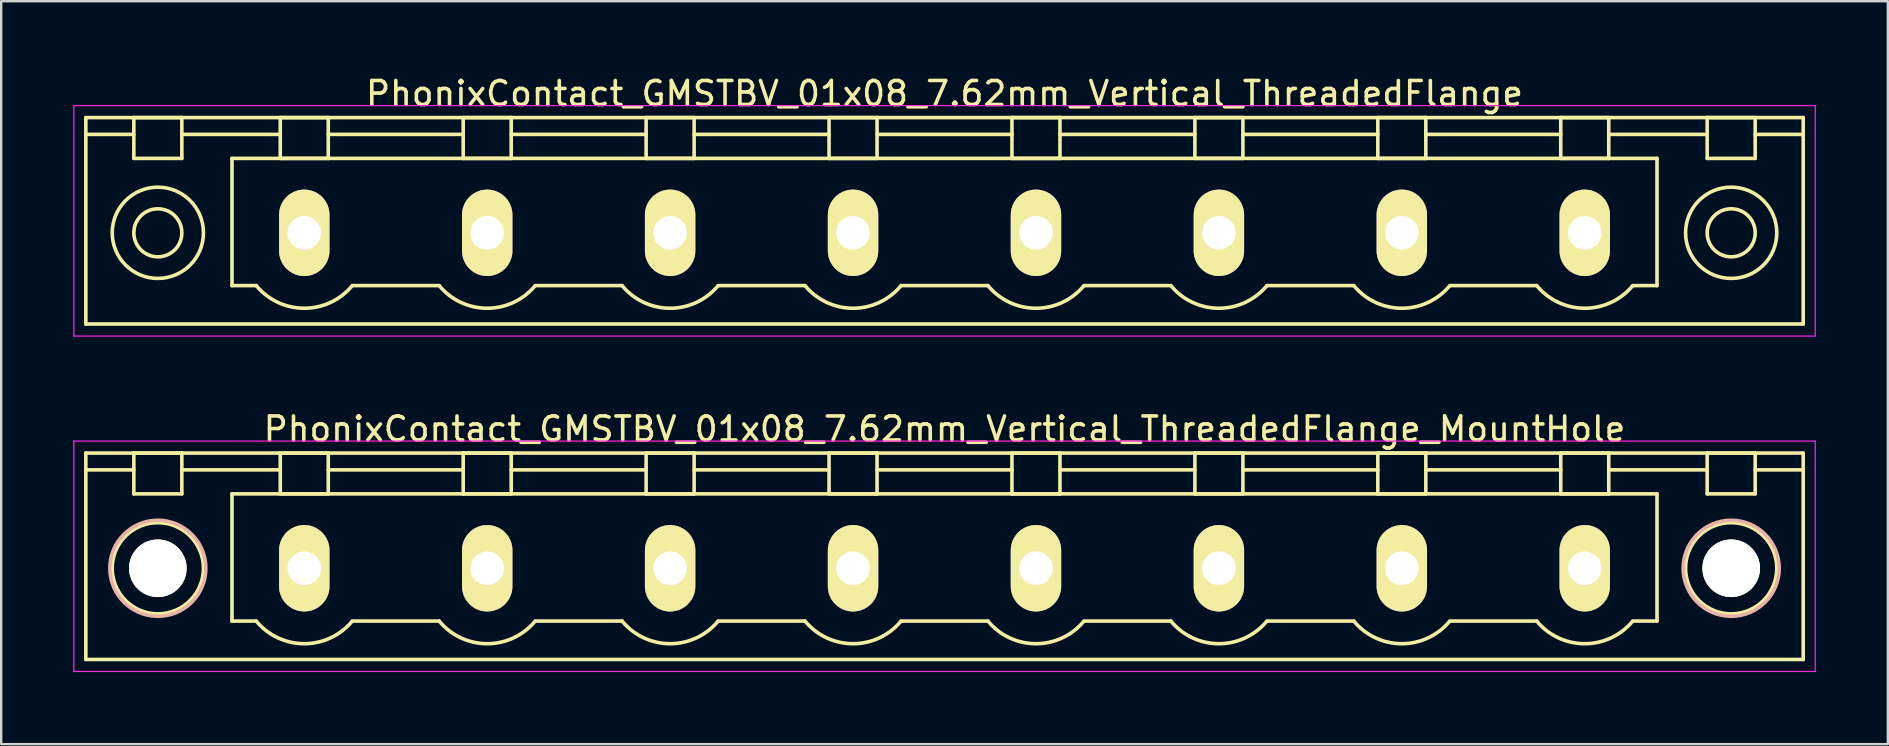
<source format=kicad_pcb>
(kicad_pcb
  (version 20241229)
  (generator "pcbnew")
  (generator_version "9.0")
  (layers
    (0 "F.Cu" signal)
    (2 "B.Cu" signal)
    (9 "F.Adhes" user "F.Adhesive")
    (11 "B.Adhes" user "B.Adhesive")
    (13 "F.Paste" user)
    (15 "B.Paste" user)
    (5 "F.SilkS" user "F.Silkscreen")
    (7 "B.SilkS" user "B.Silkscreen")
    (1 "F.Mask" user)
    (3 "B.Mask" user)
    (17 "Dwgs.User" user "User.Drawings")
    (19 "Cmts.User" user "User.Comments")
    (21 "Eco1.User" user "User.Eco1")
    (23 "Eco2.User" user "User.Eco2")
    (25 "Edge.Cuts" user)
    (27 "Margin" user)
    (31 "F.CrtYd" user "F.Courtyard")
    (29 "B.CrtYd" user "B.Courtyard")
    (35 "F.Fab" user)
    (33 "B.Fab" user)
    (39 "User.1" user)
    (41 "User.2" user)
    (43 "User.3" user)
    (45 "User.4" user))
  (footprint "PhonixContact_GMSTBV_01x08_7.62mm_Vertical_ThreadedFlange_MountHole"
    (layer "F.Cu")
    (at 9.625 20.622)
    (property "Reference" "PhonixContact_GMSTBV_01x08_7.62mm_Vertical_ThreadedFlange_MountHole" (at 26.67 -5.8 0) (layer "F.SilkS") (effects (font (size 1 1) (thickness 0.15))))
    (attr through_hole)
    (fp_line (start -9.1 -4.8) (end -9.1 3.8) (stroke (width 0.15) (type solid)) (layer "F.SilkS"))
    (fp_line (start -9.1 -4.1) (end -7.1 -4.1) (stroke (width 0.15) (type solid)) (layer "F.SilkS"))
    (fp_line (start -9.1 3.8) (end 62.44 3.8) (stroke (width 0.15) (type solid)) (layer "F.SilkS"))
    (fp_line (start -7.1 -4.8) (end -5.1 -4.8) (stroke (width 0.15) (type solid)) (layer "F.SilkS"))
    (fp_line (start -7.1 -3.1) (end -7.1 -4.8) (stroke (width 0.15) (type solid)) (layer "F.SilkS"))
    (fp_line (start -5.1 -4.8) (end -5.1 -3.1) (stroke (width 0.15) (type solid)) (layer "F.SilkS"))
    (fp_line (start -5.1 -4.1) (end -1 -4.1) (stroke (width 0.15) (type solid)) (layer "F.SilkS"))
    (fp_line (start -5.1 -3.1) (end -7.1 -3.1) (stroke (width 0.15) (type solid)) (layer "F.SilkS"))
    (fp_line (start -3.01 -3.1) (end 56.35 -3.1) (stroke (width 0.15) (type solid)) (layer "F.SilkS"))
    (fp_line (start -3.01 2.2) (end -3.01 -3.1) (stroke (width 0.15) (type solid)) (layer "F.SilkS"))
    (fp_line (start -2 2.2) (end -3.01 2.2) (stroke (width 0.15) (type solid)) (layer "F.SilkS"))
    (fp_line (start -1 -4.8) (end 1 -4.8) (stroke (width 0.15) (type solid)) (layer "F.SilkS"))
    (fp_line (start -1 -3.1) (end -1 -4.8) (stroke (width 0.15) (type solid)) (layer "F.SilkS"))
    (fp_line (start 1 -4.8) (end 1 -3.1) (stroke (width 0.15) (type solid)) (layer "F.SilkS"))
    (fp_line (start 1 -4.1) (end 6.62 -4.1) (stroke (width 0.15) (type solid)) (layer "F.SilkS"))
    (fp_line (start 1 -3.1) (end -1 -3.1) (stroke (width 0.15) (type solid)) (layer "F.SilkS"))
    (fp_line (start 2 2.2) (end 5.62 2.2) (stroke (width 0.15) (type solid)) (layer "F.SilkS"))
    (fp_line (start 6.62 -4.8) (end 8.62 -4.8) (stroke (width 0.15) (type solid)) (layer "F.SilkS"))
    (fp_line (start 6.62 -3.1) (end 6.62 -4.8) (stroke (width 0.15) (type solid)) (layer "F.SilkS"))
    (fp_line (start 8.62 -4.8) (end 8.62 -3.1) (stroke (width 0.15) (type solid)) (layer "F.SilkS"))
    (fp_line (start 8.62 -4.1) (end 14.24 -4.1) (stroke (width 0.15) (type solid)) (layer "F.SilkS"))
    (fp_line (start 8.62 -3.1) (end 6.62 -3.1) (stroke (width 0.15) (type solid)) (layer "F.SilkS"))
    (fp_line (start 9.62 2.2) (end 13.24 2.2) (stroke (width 0.15) (type solid)) (layer "F.SilkS"))
    (fp_line (start 14.24 -4.8) (end 16.24 -4.8) (stroke (width 0.15) (type solid)) (layer "F.SilkS"))
    (fp_line (start 14.24 -3.1) (end 14.24 -4.8) (stroke (width 0.15) (type solid)) (layer "F.SilkS"))
    (fp_line (start 16.24 -4.8) (end 16.24 -3.1) (stroke (width 0.15) (type solid)) (layer "F.SilkS"))
    (fp_line (start 16.24 -4.1) (end 21.86 -4.1) (stroke (width 0.15) (type solid)) (layer "F.SilkS"))
    (fp_line (start 16.24 -3.1) (end 14.24 -3.1) (stroke (width 0.15) (type solid)) (layer "F.SilkS"))
    (fp_line (start 17.24 2.2) (end 20.86 2.2) (stroke (width 0.15) (type solid)) (layer "F.SilkS"))
    (fp_line (start 21.86 -4.8) (end 23.86 -4.8) (stroke (width 0.15) (type solid)) (layer "F.SilkS"))
    (fp_line (start 21.86 -3.1) (end 21.86 -4.8) (stroke (width 0.15) (type solid)) (layer "F.SilkS"))
    (fp_line (start 23.86 -4.8) (end 23.86 -3.1) (stroke (width 0.15) (type solid)) (layer "F.SilkS"))
    (fp_line (start 23.86 -4.1) (end 29.48 -4.1) (stroke (width 0.15) (type solid)) (layer "F.SilkS"))
    (fp_line (start 23.86 -3.1) (end 21.86 -3.1) (stroke (width 0.15) (type solid)) (layer "F.SilkS"))
    (fp_line (start 24.86 2.2) (end 28.48 2.2) (stroke (width 0.15) (type solid)) (layer "F.SilkS"))
    (fp_line (start 29.48 -4.8) (end 31.48 -4.8) (stroke (width 0.15) (type solid)) (layer "F.SilkS"))
    (fp_line (start 29.48 -3.1) (end 29.48 -4.8) (stroke (width 0.15) (type solid)) (layer "F.SilkS"))
    (fp_line (start 31.48 -4.8) (end 31.48 -3.1) (stroke (width 0.15) (type solid)) (layer "F.SilkS"))
    (fp_line (start 31.48 -4.1) (end 37.1 -4.1) (stroke (width 0.15) (type solid)) (layer "F.SilkS"))
    (fp_line (start 31.48 -3.1) (end 29.48 -3.1) (stroke (width 0.15) (type solid)) (layer "F.SilkS"))
    (fp_line (start 32.48 2.2) (end 36.1 2.2) (stroke (width 0.15) (type solid)) (layer "F.SilkS"))
    (fp_line (start 37.1 -4.8) (end 39.1 -4.8) (stroke (width 0.15) (type solid)) (layer "F.SilkS"))
    (fp_line (start 37.1 -3.1) (end 37.1 -4.8) (stroke (width 0.15) (type solid)) (layer "F.SilkS"))
    (fp_line (start 39.1 -4.8) (end 39.1 -3.1) (stroke (width 0.15) (type solid)) (layer "F.SilkS"))
    (fp_line (start 39.1 -4.1) (end 44.72 -4.1) (stroke (width 0.15) (type solid)) (layer "F.SilkS"))
    (fp_line (start 39.1 -3.1) (end 37.1 -3.1) (stroke (width 0.15) (type solid)) (layer "F.SilkS"))
    (fp_line (start 40.1 2.2) (end 43.72 2.2) (stroke (width 0.15) (type solid)) (layer "F.SilkS"))
    (fp_line (start 44.72 -4.8) (end 46.72 -4.8) (stroke (width 0.15) (type solid)) (layer "F.SilkS"))
    (fp_line (start 44.72 -3.1) (end 44.72 -4.8) (stroke (width 0.15) (type solid)) (layer "F.SilkS"))
    (fp_line (start 46.72 -4.8) (end 46.72 -3.1) (stroke (width 0.15) (type solid)) (layer "F.SilkS"))
    (fp_line (start 46.72 -4.1) (end 52.34 -4.1) (stroke (width 0.15) (type solid)) (layer "F.SilkS"))
    (fp_line (start 46.72 -3.1) (end 44.72 -3.1) (stroke (width 0.15) (type solid)) (layer "F.SilkS"))
    (fp_line (start 47.72 2.2) (end 51.34 2.2) (stroke (width 0.15) (type solid)) (layer "F.SilkS"))
    (fp_line (start 52.34 -4.8) (end 54.34 -4.8) (stroke (width 0.15) (type solid)) (layer "F.SilkS"))
    (fp_line (start 52.34 -3.1) (end 52.34 -4.8) (stroke (width 0.15) (type solid)) (layer "F.SilkS"))
    (fp_line (start 54.34 -4.8) (end 54.34 -3.1) (stroke (width 0.15) (type solid)) (layer "F.SilkS"))
    (fp_line (start 54.34 -4.1) (end 58.44 -4.1) (stroke (width 0.15) (type solid)) (layer "F.SilkS"))
    (fp_line (start 54.34 -3.1) (end 52.34 -3.1) (stroke (width 0.15) (type solid)) (layer "F.SilkS"))
    (fp_line (start 56.35 -3.1) (end 56.35 2.2) (stroke (width 0.15) (type solid)) (layer "F.SilkS"))
    (fp_line (start 56.35 2.2) (end 55.34 2.2) (stroke (width 0.15) (type solid)) (layer "F.SilkS"))
    (fp_line (start 58.44 -4.8) (end 60.44 -4.8) (stroke (width 0.15) (type solid)) (layer "F.SilkS"))
    (fp_line (start 58.44 -3.1) (end 58.44 -4.8) (stroke (width 0.15) (type solid)) (layer "F.SilkS"))
    (fp_line (start 60.44 -4.8) (end 60.44 -3.1) (stroke (width 0.15) (type solid)) (layer "F.SilkS"))
    (fp_line (start 60.44 -3.1) (end 58.44 -3.1) (stroke (width 0.15) (type solid)) (layer "F.SilkS"))
    (fp_line (start 62.44 -4.8) (end -9.1 -4.8) (stroke (width 0.15) (type solid)) (layer "F.SilkS"))
    (fp_line (start 62.44 -4.1) (end 60.44 -4.1) (stroke (width 0.15) (type solid)) (layer "F.SilkS"))
    (fp_line (start 62.44 3.8) (end 62.44 -4.8) (stroke (width 0.15) (type solid)) (layer "F.SilkS"))
    (fp_arc (start 1.986842 2.215821) (mid -0.010289 3.142758) (end -2 2.2) (stroke (width 0.15) (type solid)) (layer "F.SilkS"))
    (fp_arc (start 9.606842 2.215821) (mid 7.609711 3.142758) (end 5.62 2.2) (stroke (width 0.15) (type solid)) (layer "F.SilkS"))
    (fp_arc (start 17.226842 2.215821) (mid 15.229711 3.142758) (end 13.24 2.2) (stroke (width 0.15) (type solid)) (layer "F.SilkS"))
    (fp_arc (start 24.846842 2.215821) (mid 22.849711 3.142758) (end 20.86 2.2) (stroke (width 0.15) (type solid)) (layer "F.SilkS"))
    (fp_arc (start 32.466842 2.215821) (mid 30.469711 3.142758) (end 28.48 2.2) (stroke (width 0.15) (type solid)) (layer "F.SilkS"))
    (fp_arc (start 40.086842 2.215821) (mid 38.089711 3.142758) (end 36.1 2.2) (stroke (width 0.15) (type solid)) (layer "F.SilkS"))
    (fp_arc (start 47.706842 2.215821) (mid 45.709711 3.142758) (end 43.72 2.2) (stroke (width 0.15) (type solid)) (layer "F.SilkS"))
    (fp_arc (start 55.326842 2.215821) (mid 53.329711 3.142758) (end 51.34 2.2) (stroke (width 0.15) (type solid)) (layer "F.SilkS"))
    (fp_circle (center -6.1 0) (end -5.1 0) (stroke (width 0.15) (type solid)) (fill no) (layer "F.SilkS"))
    (fp_circle (center -6.1 0) (end -4.2 0) (stroke (width 0.15) (type solid)) (fill no) (layer "F.SilkS"))
    (fp_circle (center 59.44 0) (end 60.44 0) (stroke (width 0.15) (type solid)) (fill no) (layer "F.SilkS"))
    (fp_circle (center 59.44 0) (end 61.34 0) (stroke (width 0.15) (type solid)) (fill no) (layer "F.SilkS"))
    (fp_circle (center -6.1 0) (end -4.1 0) (stroke (width 0.15) (type solid)) (fill no) (layer "B.SilkS"))
    (fp_circle (center 59.44 0) (end 61.44 0) (stroke (width 0.15) (type solid)) (fill no) (layer "B.SilkS"))
    (fp_line (start -9.6 -5.3) (end -9.6 4.3) (stroke (width 0.05) (type solid)) (layer "F.CrtYd"))
    (fp_line (start -9.6 4.3) (end 62.94 4.3) (stroke (width 0.05) (type solid)) (layer "F.CrtYd"))
    (fp_line (start 62.94 -5.3) (end -9.6 -5.3) (stroke (width 0.05) (type solid)) (layer "F.CrtYd"))
    (fp_line (start 62.94 4.3) (end 62.94 -5.3) (stroke (width 0.05) (type solid)) (layer "F.CrtYd"))
    (pad "" np_thru_hole circle (at -6.1 0) (size 2.4 2.4) (drill 2.4) (layers "*.Cu" "*.Mask" "F.SilkS"))
    (pad "" np_thru_hole circle (at 59.44 0) (size 2.4 2.4) (drill 2.4) (layers "*.Cu" "*.Mask" "F.SilkS"))
    (pad "1" thru_hole oval (at 0 0) (size 2.1 3.6) (drill 1.4) (layers "*.Cu" "*.Mask" "F.SilkS"))
    (pad "2" thru_hole oval (at 7.62 0) (size 2.1 3.6) (drill 1.4) (layers "*.Cu" "*.Mask" "F.SilkS"))
    (pad "3" thru_hole oval (at 15.24 0) (size 2.1 3.6) (drill 1.4) (layers "*.Cu" "*.Mask" "F.SilkS"))
    (pad "4" thru_hole oval (at 22.86 0) (size 2.1 3.6) (drill 1.4) (layers "*.Cu" "*.Mask" "F.SilkS"))
    (pad "5" thru_hole oval (at 30.48 0) (size 2.1 3.6) (drill 1.4) (layers "*.Cu" "*.Mask" "F.SilkS"))
    (pad "6" thru_hole oval (at 38.1 0) (size 2.1 3.6) (drill 1.4) (layers "*.Cu" "*.Mask" "F.SilkS"))
    (pad "7" thru_hole oval (at 45.72 0) (size 2.1 3.6) (drill 1.4) (layers "*.Cu" "*.Mask" "F.SilkS"))
    (pad "8" thru_hole oval (at 53.34 0) (size 2.1 3.6) (drill 1.4) (layers "*.Cu" "*.Mask" "F.SilkS")))
  (footprint "PhonixContact_GMSTBV_01x08_7.62mm_Vertical_ThreadedFlange"
    (layer "F.Cu")
    (at 9.625 6.648)
    (property "Reference" "PhonixContact_GMSTBV_01x08_7.62mm_Vertical_ThreadedFlange" (at 26.67 -5.8 0) (layer "F.SilkS") (effects (font (size 1 1) (thickness 0.15))))
    (attr through_hole)
    (fp_line (start -9.1 -4.8) (end -9.1 3.8) (stroke (width 0.15) (type solid)) (layer "F.SilkS"))
    (fp_line (start -9.1 -4.1) (end -7.1 -4.1) (stroke (width 0.15) (type solid)) (layer "F.SilkS"))
    (fp_line (start -9.1 3.8) (end 62.44 3.8) (stroke (width 0.15) (type solid)) (layer "F.SilkS"))
    (fp_line (start -7.1 -4.8) (end -5.1 -4.8) (stroke (width 0.15) (type solid)) (layer "F.SilkS"))
    (fp_line (start -7.1 -3.1) (end -7.1 -4.8) (stroke (width 0.15) (type solid)) (layer "F.SilkS"))
    (fp_line (start -5.1 -4.8) (end -5.1 -3.1) (stroke (width 0.15) (type solid)) (layer "F.SilkS"))
    (fp_line (start -5.1 -4.1) (end -1 -4.1) (stroke (width 0.15) (type solid)) (layer "F.SilkS"))
    (fp_line (start -5.1 -3.1) (end -7.1 -3.1) (stroke (width 0.15) (type solid)) (layer "F.SilkS"))
    (fp_line (start -3.01 -3.1) (end 56.35 -3.1) (stroke (width 0.15) (type solid)) (layer "F.SilkS"))
    (fp_line (start -3.01 2.2) (end -3.01 -3.1) (stroke (width 0.15) (type solid)) (layer "F.SilkS"))
    (fp_line (start -2 2.2) (end -3.01 2.2) (stroke (width 0.15) (type solid)) (layer "F.SilkS"))
    (fp_line (start -1 -4.8) (end 1 -4.8) (stroke (width 0.15) (type solid)) (layer "F.SilkS"))
    (fp_line (start -1 -3.1) (end -1 -4.8) (stroke (width 0.15) (type solid)) (layer "F.SilkS"))
    (fp_line (start 1 -4.8) (end 1 -3.1) (stroke (width 0.15) (type solid)) (layer "F.SilkS"))
    (fp_line (start 1 -4.1) (end 6.62 -4.1) (stroke (width 0.15) (type solid)) (layer "F.SilkS"))
    (fp_line (start 1 -3.1) (end -1 -3.1) (stroke (width 0.15) (type solid)) (layer "F.SilkS"))
    (fp_line (start 2 2.2) (end 5.62 2.2) (stroke (width 0.15) (type solid)) (layer "F.SilkS"))
    (fp_line (start 6.62 -4.8) (end 8.62 -4.8) (stroke (width 0.15) (type solid)) (layer "F.SilkS"))
    (fp_line (start 6.62 -3.1) (end 6.62 -4.8) (stroke (width 0.15) (type solid)) (layer "F.SilkS"))
    (fp_line (start 8.62 -4.8) (end 8.62 -3.1) (stroke (width 0.15) (type solid)) (layer "F.SilkS"))
    (fp_line (start 8.62 -4.1) (end 14.24 -4.1) (stroke (width 0.15) (type solid)) (layer "F.SilkS"))
    (fp_line (start 8.62 -3.1) (end 6.62 -3.1) (stroke (width 0.15) (type solid)) (layer "F.SilkS"))
    (fp_line (start 9.62 2.2) (end 13.24 2.2) (stroke (width 0.15) (type solid)) (layer "F.SilkS"))
    (fp_line (start 14.24 -4.8) (end 16.24 -4.8) (stroke (width 0.15) (type solid)) (layer "F.SilkS"))
    (fp_line (start 14.24 -3.1) (end 14.24 -4.8) (stroke (width 0.15) (type solid)) (layer "F.SilkS"))
    (fp_line (start 16.24 -4.8) (end 16.24 -3.1) (stroke (width 0.15) (type solid)) (layer "F.SilkS"))
    (fp_line (start 16.24 -4.1) (end 21.86 -4.1) (stroke (width 0.15) (type solid)) (layer "F.SilkS"))
    (fp_line (start 16.24 -3.1) (end 14.24 -3.1) (stroke (width 0.15) (type solid)) (layer "F.SilkS"))
    (fp_line (start 17.24 2.2) (end 20.86 2.2) (stroke (width 0.15) (type solid)) (layer "F.SilkS"))
    (fp_line (start 21.86 -4.8) (end 23.86 -4.8) (stroke (width 0.15) (type solid)) (layer "F.SilkS"))
    (fp_line (start 21.86 -3.1) (end 21.86 -4.8) (stroke (width 0.15) (type solid)) (layer "F.SilkS"))
    (fp_line (start 23.86 -4.8) (end 23.86 -3.1) (stroke (width 0.15) (type solid)) (layer "F.SilkS"))
    (fp_line (start 23.86 -4.1) (end 29.48 -4.1) (stroke (width 0.15) (type solid)) (layer "F.SilkS"))
    (fp_line (start 23.86 -3.1) (end 21.86 -3.1) (stroke (width 0.15) (type solid)) (layer "F.SilkS"))
    (fp_line (start 24.86 2.2) (end 28.48 2.2) (stroke (width 0.15) (type solid)) (layer "F.SilkS"))
    (fp_line (start 29.48 -4.8) (end 31.48 -4.8) (stroke (width 0.15) (type solid)) (layer "F.SilkS"))
    (fp_line (start 29.48 -3.1) (end 29.48 -4.8) (stroke (width 0.15) (type solid)) (layer "F.SilkS"))
    (fp_line (start 31.48 -4.8) (end 31.48 -3.1) (stroke (width 0.15) (type solid)) (layer "F.SilkS"))
    (fp_line (start 31.48 -4.1) (end 37.1 -4.1) (stroke (width 0.15) (type solid)) (layer "F.SilkS"))
    (fp_line (start 31.48 -3.1) (end 29.48 -3.1) (stroke (width 0.15) (type solid)) (layer "F.SilkS"))
    (fp_line (start 32.48 2.2) (end 36.1 2.2) (stroke (width 0.15) (type solid)) (layer "F.SilkS"))
    (fp_line (start 37.1 -4.8) (end 39.1 -4.8) (stroke (width 0.15) (type solid)) (layer "F.SilkS"))
    (fp_line (start 37.1 -3.1) (end 37.1 -4.8) (stroke (width 0.15) (type solid)) (layer "F.SilkS"))
    (fp_line (start 39.1 -4.8) (end 39.1 -3.1) (stroke (width 0.15) (type solid)) (layer "F.SilkS"))
    (fp_line (start 39.1 -4.1) (end 44.72 -4.1) (stroke (width 0.15) (type solid)) (layer "F.SilkS"))
    (fp_line (start 39.1 -3.1) (end 37.1 -3.1) (stroke (width 0.15) (type solid)) (layer "F.SilkS"))
    (fp_line (start 40.1 2.2) (end 43.72 2.2) (stroke (width 0.15) (type solid)) (layer "F.SilkS"))
    (fp_line (start 44.72 -4.8) (end 46.72 -4.8) (stroke (width 0.15) (type solid)) (layer "F.SilkS"))
    (fp_line (start 44.72 -3.1) (end 44.72 -4.8) (stroke (width 0.15) (type solid)) (layer "F.SilkS"))
    (fp_line (start 46.72 -4.8) (end 46.72 -3.1) (stroke (width 0.15) (type solid)) (layer "F.SilkS"))
    (fp_line (start 46.72 -4.1) (end 52.34 -4.1) (stroke (width 0.15) (type solid)) (layer "F.SilkS"))
    (fp_line (start 46.72 -3.1) (end 44.72 -3.1) (stroke (width 0.15) (type solid)) (layer "F.SilkS"))
    (fp_line (start 47.72 2.2) (end 51.34 2.2) (stroke (width 0.15) (type solid)) (layer "F.SilkS"))
    (fp_line (start 52.34 -4.8) (end 54.34 -4.8) (stroke (width 0.15) (type solid)) (layer "F.SilkS"))
    (fp_line (start 52.34 -3.1) (end 52.34 -4.8) (stroke (width 0.15) (type solid)) (layer "F.SilkS"))
    (fp_line (start 54.34 -4.8) (end 54.34 -3.1) (stroke (width 0.15) (type solid)) (layer "F.SilkS"))
    (fp_line (start 54.34 -4.1) (end 58.44 -4.1) (stroke (width 0.15) (type solid)) (layer "F.SilkS"))
    (fp_line (start 54.34 -3.1) (end 52.34 -3.1) (stroke (width 0.15) (type solid)) (layer "F.SilkS"))
    (fp_line (start 56.35 -3.1) (end 56.35 2.2) (stroke (width 0.15) (type solid)) (layer "F.SilkS"))
    (fp_line (start 56.35 2.2) (end 55.34 2.2) (stroke (width 0.15) (type solid)) (layer "F.SilkS"))
    (fp_line (start 58.44 -4.8) (end 60.44 -4.8) (stroke (width 0.15) (type solid)) (layer "F.SilkS"))
    (fp_line (start 58.44 -3.1) (end 58.44 -4.8) (stroke (width 0.15) (type solid)) (layer "F.SilkS"))
    (fp_line (start 60.44 -4.8) (end 60.44 -3.1) (stroke (width 0.15) (type solid)) (layer "F.SilkS"))
    (fp_line (start 60.44 -3.1) (end 58.44 -3.1) (stroke (width 0.15) (type solid)) (layer "F.SilkS"))
    (fp_line (start 62.44 -4.8) (end -9.1 -4.8) (stroke (width 0.15) (type solid)) (layer "F.SilkS"))
    (fp_line (start 62.44 -4.1) (end 60.44 -4.1) (stroke (width 0.15) (type solid)) (layer "F.SilkS"))
    (fp_line (start 62.44 3.8) (end 62.44 -4.8) (stroke (width 0.15) (type solid)) (layer "F.SilkS"))
    (fp_arc (start 1.986842 2.215821) (mid -0.010289 3.142758) (end -2 2.2) (stroke (width 0.15) (type solid)) (layer "F.SilkS"))
    (fp_arc (start 9.606842 2.215821) (mid 7.609711 3.142758) (end 5.62 2.2) (stroke (width 0.15) (type solid)) (layer "F.SilkS"))
    (fp_arc (start 17.226842 2.215821) (mid 15.229711 3.142758) (end 13.24 2.2) (stroke (width 0.15) (type solid)) (layer "F.SilkS"))
    (fp_arc (start 24.846842 2.215821) (mid 22.849711 3.142758) (end 20.86 2.2) (stroke (width 0.15) (type solid)) (layer "F.SilkS"))
    (fp_arc (start 32.466842 2.215821) (mid 30.469711 3.142758) (end 28.48 2.2) (stroke (width 0.15) (type solid)) (layer "F.SilkS"))
    (fp_arc (start 40.086842 2.215821) (mid 38.089711 3.142758) (end 36.1 2.2) (stroke (width 0.15) (type solid)) (layer "F.SilkS"))
    (fp_arc (start 47.706842 2.215821) (mid 45.709711 3.142758) (end 43.72 2.2) (stroke (width 0.15) (type solid)) (layer "F.SilkS"))
    (fp_arc (start 55.326842 2.215821) (mid 53.329711 3.142758) (end 51.34 2.2) (stroke (width 0.15) (type solid)) (layer "F.SilkS"))
    (fp_circle (center -6.1 0) (end -5.1 0) (stroke (width 0.15) (type solid)) (fill no) (layer "F.SilkS"))
    (fp_circle (center -6.1 0) (end -4.2 0) (stroke (width 0.15) (type solid)) (fill no) (layer "F.SilkS"))
    (fp_circle (center 59.44 0) (end 60.44 0) (stroke (width 0.15) (type solid)) (fill no) (layer "F.SilkS"))
    (fp_circle (center 59.44 0) (end 61.34 0) (stroke (width 0.15) (type solid)) (fill no) (layer "F.SilkS"))
    (fp_line (start -9.6 -5.3) (end -9.6 4.3) (stroke (width 0.05) (type solid)) (layer "F.CrtYd"))
    (fp_line (start -9.6 4.3) (end 62.94 4.3) (stroke (width 0.05) (type solid)) (layer "F.CrtYd"))
    (fp_line (start 62.94 -5.3) (end -9.6 -5.3) (stroke (width 0.05) (type solid)) (layer "F.CrtYd"))
    (fp_line (start 62.94 4.3) (end 62.94 -5.3) (stroke (width 0.05) (type solid)) (layer "F.CrtYd"))
    (pad "1" thru_hole oval (at 0 0) (size 2.1 3.6) (drill 1.4) (layers "*.Cu" "*.Mask" "F.SilkS"))
    (pad "2" thru_hole oval (at 7.62 0) (size 2.1 3.6) (drill 1.4) (layers "*.Cu" "*.Mask" "F.SilkS"))
    (pad "3" thru_hole oval (at 15.24 0) (size 2.1 3.6) (drill 1.4) (layers "*.Cu" "*.Mask" "F.SilkS"))
    (pad "4" thru_hole oval (at 22.86 0) (size 2.1 3.6) (drill 1.4) (layers "*.Cu" "*.Mask" "F.SilkS"))
    (pad "5" thru_hole oval (at 30.48 0) (size 2.1 3.6) (drill 1.4) (layers "*.Cu" "*.Mask" "F.SilkS"))
    (pad "6" thru_hole oval (at 38.1 0) (size 2.1 3.6) (drill 1.4) (layers "*.Cu" "*.Mask" "F.SilkS"))
    (pad "7" thru_hole oval (at 45.72 0) (size 2.1 3.6) (drill 1.4) (layers "*.Cu" "*.Mask" "F.SilkS"))
    (pad "8" thru_hole oval (at 53.34 0) (size 2.1 3.6) (drill 1.4) (layers "*.Cu" "*.Mask" "F.SilkS")))
  (gr_rect
    (start -3 -3)
    (end 75.59 27.947)
    (stroke (width 0.1) (type default))
    (fill no)
    (layer "Edge.Cuts")))
</source>
